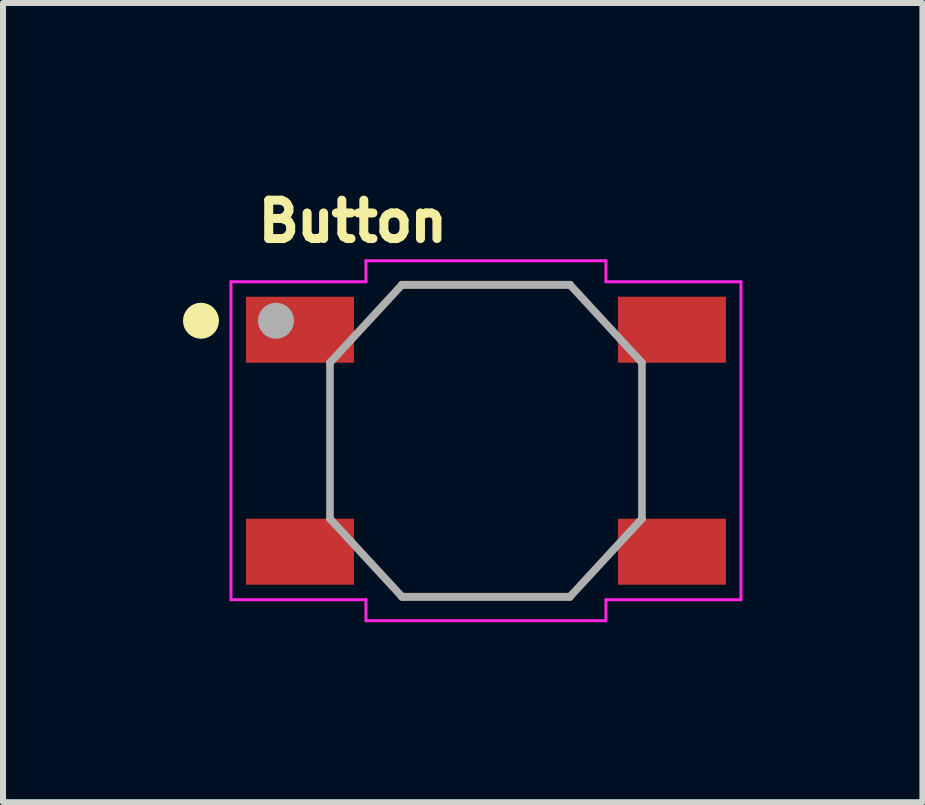
<source format=kicad_pcb>
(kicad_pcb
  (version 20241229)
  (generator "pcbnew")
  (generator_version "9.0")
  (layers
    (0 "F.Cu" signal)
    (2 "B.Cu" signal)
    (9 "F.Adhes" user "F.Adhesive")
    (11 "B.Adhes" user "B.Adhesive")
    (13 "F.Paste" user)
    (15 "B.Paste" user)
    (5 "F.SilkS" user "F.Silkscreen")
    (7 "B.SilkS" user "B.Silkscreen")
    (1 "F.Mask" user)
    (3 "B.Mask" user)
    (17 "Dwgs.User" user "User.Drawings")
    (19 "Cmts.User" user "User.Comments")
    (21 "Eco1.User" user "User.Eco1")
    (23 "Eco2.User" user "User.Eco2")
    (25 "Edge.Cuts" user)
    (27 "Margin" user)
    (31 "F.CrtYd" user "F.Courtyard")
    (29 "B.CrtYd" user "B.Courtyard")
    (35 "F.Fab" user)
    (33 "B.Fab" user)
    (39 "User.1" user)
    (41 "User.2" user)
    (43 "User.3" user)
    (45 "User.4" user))
  (footprint "Button"
    (layer "F.Cu")
    (at 5.05 4.296)
    (property "Reference" "Button" (at -2.219 -3.658 0) (layer "F.SilkS") (effects (font (size 0.64 0.64) (thickness 0.15))))
    (attr smd)
    (fp_line (start -1.4 -2.6) (end 1.4 -2.6) (stroke (width 0.127) (type solid)) (layer "F.SilkS"))
    (fp_line (start -1.4 2.6) (end 1.4 2.6) (stroke (width 0.127) (type solid)) (layer "F.SilkS"))
    (fp_circle (center -4.75 -2) (end -4.6 -2) (stroke (width 0.3) (type solid)) (fill no) (layer "F.SilkS"))
    (fp_line (start -4.25 -2.65) (end -2 -2.65) (stroke (width 0.05) (type solid)) (layer "F.CrtYd"))
    (fp_line (start -4.25 2.65) (end -4.25 -2.65) (stroke (width 0.05) (type solid)) (layer "F.CrtYd"))
    (fp_line (start -2 -3) (end 2 -3) (stroke (width 0.05) (type solid)) (layer "F.CrtYd"))
    (fp_line (start -2 -2.65) (end -2 -3) (stroke (width 0.05) (type solid)) (layer "F.CrtYd"))
    (fp_line (start -2 2.65) (end -4.25 2.65) (stroke (width 0.05) (type solid)) (layer "F.CrtYd"))
    (fp_line (start -2 3) (end -2 2.65) (stroke (width 0.05) (type solid)) (layer "F.CrtYd"))
    (fp_line (start 2 -3) (end 2 -2.65) (stroke (width 0.05) (type solid)) (layer "F.CrtYd"))
    (fp_line (start 2 -2.65) (end 4.25 -2.65) (stroke (width 0.05) (type solid)) (layer "F.CrtYd"))
    (fp_line (start 2 2.65) (end 2 3) (stroke (width 0.05) (type solid)) (layer "F.CrtYd"))
    (fp_line (start 2 3) (end -2 3) (stroke (width 0.05) (type solid)) (layer "F.CrtYd"))
    (fp_line (start 4.25 -2.65) (end 4.25 2.65) (stroke (width 0.05) (type solid)) (layer "F.CrtYd"))
    (fp_line (start 4.25 2.65) (end 2 2.65) (stroke (width 0.05) (type solid)) (layer "F.CrtYd"))
    (fp_line (start -2.6 -1.3) (end -1.4 -2.6) (stroke (width 0.127) (type solid)) (layer "F.Fab"))
    (fp_line (start -2.6 1.3) (end -2.6 -1.3) (stroke (width 0.127) (type solid)) (layer "F.Fab"))
    (fp_line (start -1.4 -2.6) (end 1.4 -2.6) (stroke (width 0.127) (type solid)) (layer "F.Fab"))
    (fp_line (start -1.4 2.6) (end -2.6 1.3) (stroke (width 0.127) (type solid)) (layer "F.Fab"))
    (fp_line (start 1.4 -2.6) (end 2.6 -1.3) (stroke (width 0.127) (type solid)) (layer "F.Fab"))
    (fp_line (start 1.4 2.6) (end -1.4 2.6) (stroke (width 0.127) (type solid)) (layer "F.Fab"))
    (fp_line (start 2.6 -1.3) (end 2.6 1.3) (stroke (width 0.127) (type solid)) (layer "F.Fab"))
    (fp_line (start 2.6 1.3) (end 1.4 2.6) (stroke (width 0.127) (type solid)) (layer "F.Fab"))
    (fp_circle (center -3.5 -2) (end -3.35 -2) (stroke (width 0.3) (type solid)) (fill no) (layer "F.Fab"))
    (pad "1" smd rect (at -3.1 -1.85) (size 1.8 1.1) (layers "F.Cu" "F.Mask" "F.Paste"))
    (pad "2" smd rect (at 3.1 -1.85) (size 1.8 1.1) (layers "F.Cu" "F.Mask" "F.Paste"))
    (pad "3" smd rect (at -3.1 1.85) (size 1.8 1.1) (layers "F.Cu" "F.Mask" "F.Paste"))
    (pad "4" smd rect (at 3.1 1.85) (size 1.8 1.1) (layers "F.Cu" "F.Mask" "F.Paste"))
    (zone (net_name "") (layer "F.Cu") (hatch full 0.508) (connect_pads) (min_thickness 0.001) (filled_areas_thickness no) (keepout (tracks not_allowed) (vias not_allowed) (pads not_allowed) (copperpour not_allowed) (footprints allowed)) (placement (enabled no)) (fill) (polygon (pts (xy 1.05 2.996) (xy 4.05 2.996) (xy 4.05 5.596) (xy 1.05 5.596))))
    (zone (net_name "") (layer "F.Cu") (hatch full 0.508) (connect_pads) (min_thickness 0.001) (filled_areas_thickness no) (keepout (tracks not_allowed) (vias not_allowed) (pads not_allowed) (copperpour not_allowed) (footprints allowed)) (placement (enabled no)) (fill) (polygon (pts (xy 6.05 2.996) (xy 9.05 2.996) (xy 9.05 5.596) (xy 6.05 5.596)))))
  (gr_rect
    (start -3 -3)
    (end 12.325 10.321)
    (stroke (width 0.1) (type default))
    (fill no)
    (layer "Edge.Cuts")))
</source>
